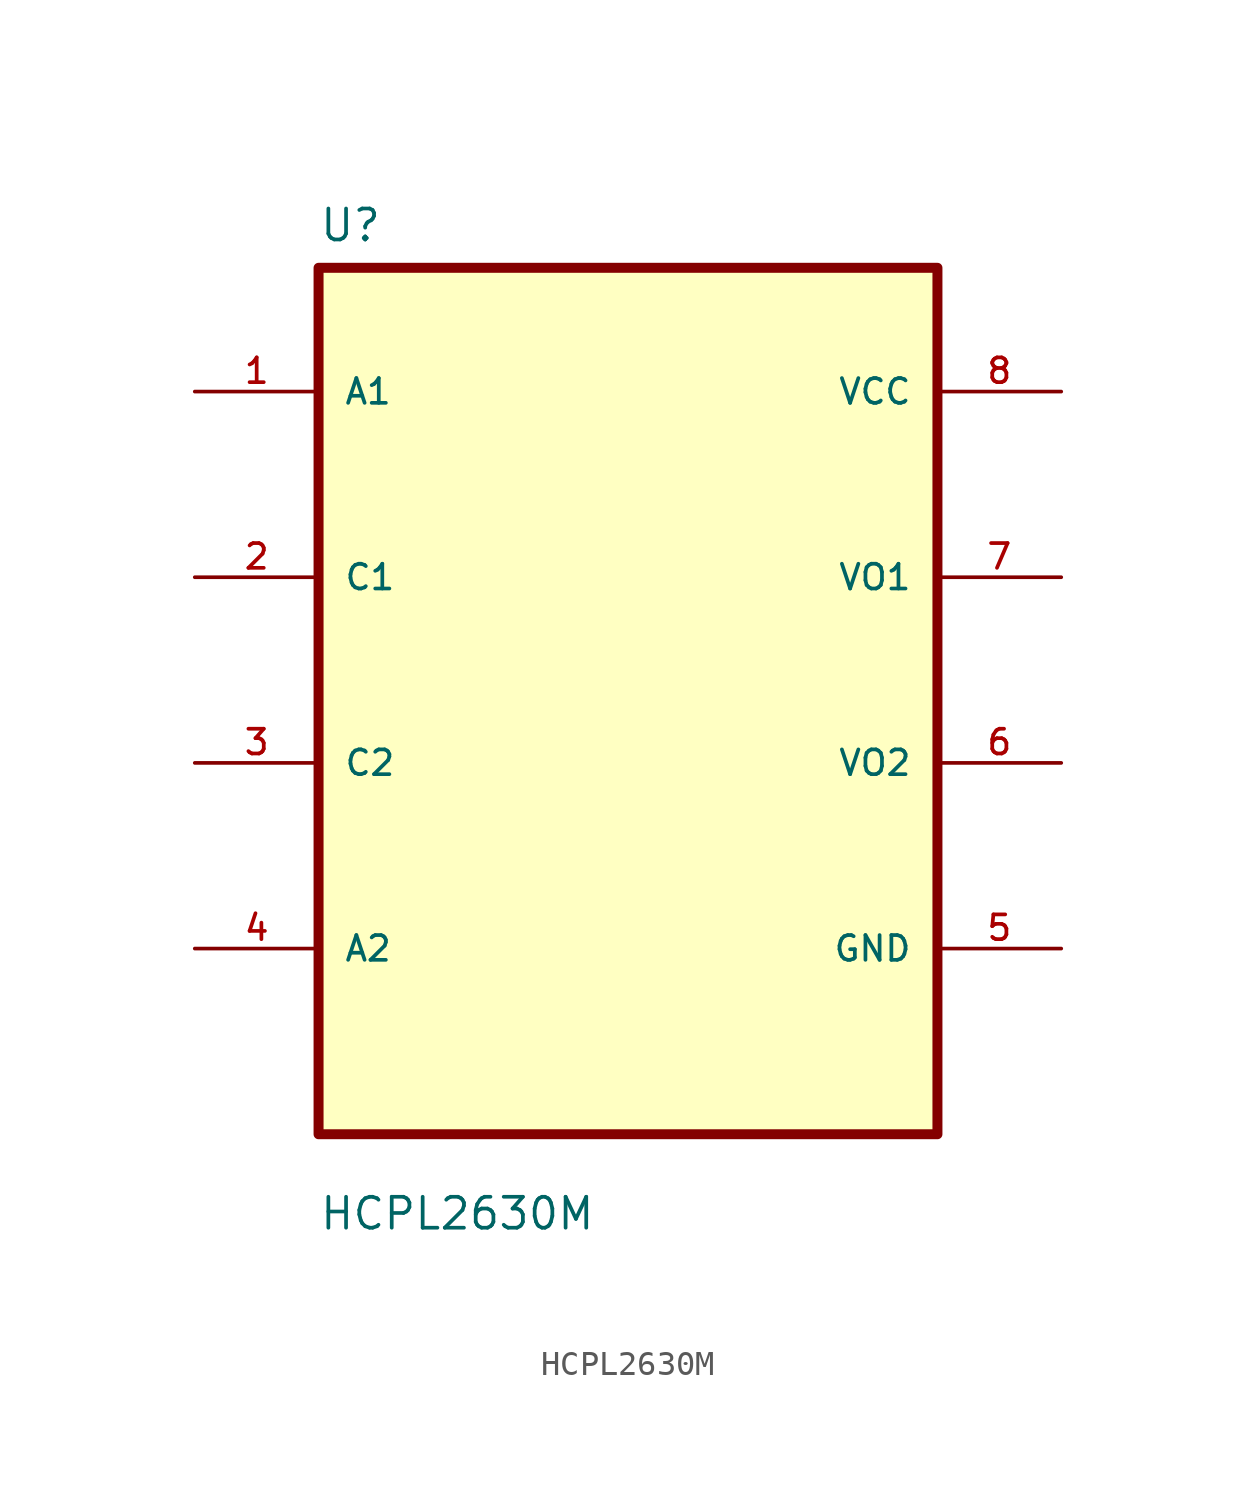
<source format=kicad_sym>
(kicad_symbol_lib
  (version 20220914)
  (generator kicad_symbol_editor)
  (symbol "HCPL2630M"
    (pin_names
      (offset 1.016))
    (property "Reference" "U"
      (at -12.7 18.78 0)
      (effects (font (size 1.27 1.27)) (justify left bottom)))
    (property "Value" "HCPL2630M"
      (at -12.7 -21.78 0)
      (effects (font (size 1.27 1.27)) (justify left bottom)))
    (symbol "HCPL2630M_0_0"
      (rectangle (start -12.7 17.78) (end 12.7 -17.78) (stroke (width 0.41) (type default)) (fill (type background)))
      (pin bidirectional line (at -17.78 12.7 0) (length 5.08) (name "A1" (effects (font (size 1.016 1.016)))) (number "1" (effects (font (size 1.016 1.016)))))
      (pin bidirectional line (at -17.78 5.08 0) (length 5.08) (name "C1" (effects (font (size 1.016 1.016)))) (number "2" (effects (font (size 1.016 1.016)))))
      (pin bidirectional line (at -17.78 -2.54 0) (length 5.08) (name "C2" (effects (font (size 1.016 1.016)))) (number "3" (effects (font (size 1.016 1.016)))))
      (pin bidirectional line (at -17.78 -10.16 0) (length 5.08) (name "A2" (effects (font (size 1.016 1.016)))) (number "4" (effects (font (size 1.016 1.016)))))
      (pin bidirectional line (at 17.78 -10.16 180) (length 5.08) (name "GND" (effects (font (size 1.016 1.016)))) (number "5" (effects (font (size 1.016 1.016)))))
      (pin bidirectional line (at 17.78 -2.54 180) (length 5.08) (name "VO2" (effects (font (size 1.016 1.016)))) (number "6" (effects (font (size 1.016 1.016)))))
      (pin bidirectional line (at 17.78 5.08 180) (length 5.08) (name "VO1" (effects (font (size 1.016 1.016)))) (number "7" (effects (font (size 1.016 1.016))))))
    (symbol "HCPL2630M_1_0"
      (pin bidirectional line (at 17.78 12.7 180) (length 5.08) (name "VCC" (effects (font (size 1.016 1.016)))) (number "8" (effects (font (size 1.016 1.016))))))))
</source>
